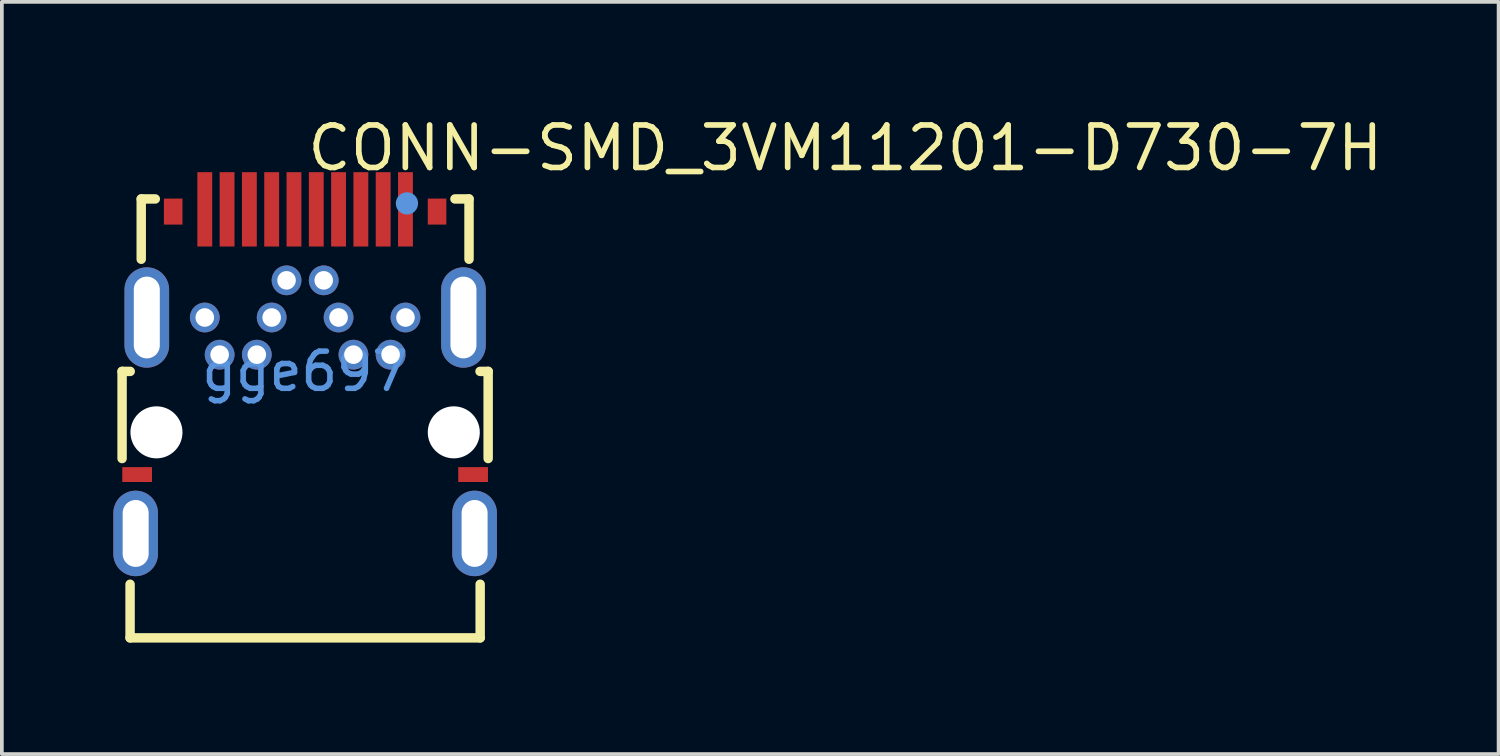
<source format=kicad_pcb>
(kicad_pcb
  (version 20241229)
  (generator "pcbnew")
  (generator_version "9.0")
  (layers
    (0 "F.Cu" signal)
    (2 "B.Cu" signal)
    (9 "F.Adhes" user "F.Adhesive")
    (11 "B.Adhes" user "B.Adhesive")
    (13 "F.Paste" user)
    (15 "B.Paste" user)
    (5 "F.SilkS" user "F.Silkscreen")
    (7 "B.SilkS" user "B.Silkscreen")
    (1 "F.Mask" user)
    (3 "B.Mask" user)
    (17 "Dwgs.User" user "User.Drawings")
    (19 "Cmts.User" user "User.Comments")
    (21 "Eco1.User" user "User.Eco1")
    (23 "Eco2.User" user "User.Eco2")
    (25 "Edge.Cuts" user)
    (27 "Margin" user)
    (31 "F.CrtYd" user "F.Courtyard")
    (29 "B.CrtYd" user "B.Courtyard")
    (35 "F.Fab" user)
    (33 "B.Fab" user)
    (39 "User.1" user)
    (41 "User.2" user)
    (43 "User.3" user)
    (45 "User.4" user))
  (footprint "CONN-SMD_3VM11201-D730-7H"
    (layer "F.Cu")
    (at 5.16 6.943)
    (property "Reference" "CONN-SMD_3VM11201-D730-7H" (at -0.016 -6.008 0) (layer "F.SilkS") (effects (font (size 1.143 1.143) (thickness 0.152)) (justify left)))
    (attr smd)
    (fp_line (start -4.925 0) (end -4.925 2.345) (stroke (width 0.254) (type solid)) (layer "F.SilkS"))
    (fp_line (start -4.925 0) (end -4.706 0) (stroke (width 0.254) (type solid)) (layer "F.SilkS"))
    (fp_line (start -4.71 7.17) (end -4.71 5.727) (stroke (width 0.254) (type solid)) (layer "F.SilkS"))
    (fp_line (start -4.41 -4.64) (end -4.41 -3.017) (stroke (width 0.254) (type solid)) (layer "F.SilkS"))
    (fp_line (start -4.41 -4.64) (end -4.031 -4.64) (stroke (width 0.254) (type solid)) (layer "F.SilkS"))
    (fp_line (start 4.031 -4.64) (end 4.41 -4.64) (stroke (width 0.254) (type solid)) (layer "F.SilkS"))
    (fp_line (start 4.41 -4.64) (end 4.41 -3.017) (stroke (width 0.254) (type solid)) (layer "F.SilkS"))
    (fp_line (start 4.71 7.17) (end -4.71 7.17) (stroke (width 0.254) (type solid)) (layer "F.SilkS"))
    (fp_line (start 4.71 7.17) (end 4.71 5.727) (stroke (width 0.254) (type solid)) (layer "F.SilkS"))
    (fp_line (start 4.925 0) (end 4.706 0) (stroke (width 0.254) (type solid)) (layer "F.SilkS"))
    (fp_line (start 4.925 0) (end 4.925 2.345) (stroke (width 0.254) (type solid)) (layer "F.SilkS"))
    (fp_circle (center -2.7 -1.45) (end -2.5 -1.45) (stroke (width 0.4) (type solid)) (fill no) (layer "F.Paste"))
    (fp_circle (center -2.3 -0.45) (end -2.1 -0.45) (stroke (width 0.4) (type solid)) (fill no) (layer "F.Paste"))
    (fp_circle (center -1.3 -0.45) (end -1.1 -0.45) (stroke (width 0.4) (type solid)) (fill no) (layer "F.Paste"))
    (fp_circle (center -0.9 -1.45) (end -0.7 -1.45) (stroke (width 0.4) (type solid)) (fill no) (layer "F.Paste"))
    (fp_circle (center -0.5 -2.45) (end -0.3 -2.45) (stroke (width 0.4) (type solid)) (fill no) (layer "F.Paste"))
    (fp_circle (center 0.5 -2.45) (end 0.7 -2.45) (stroke (width 0.4) (type solid)) (fill no) (layer "F.Paste"))
    (fp_circle (center 0.9 -1.45) (end 1.1 -1.45) (stroke (width 0.4) (type solid)) (fill no) (layer "F.Paste"))
    (fp_circle (center 1.3 -0.45) (end 1.5 -0.45) (stroke (width 0.4) (type solid)) (fill no) (layer "F.Paste"))
    (fp_circle (center 2.3 -0.45) (end 2.5 -0.45) (stroke (width 0.4) (type solid)) (fill no) (layer "F.Paste"))
    (fp_circle (center 2.7 -1.45) (end 2.9 -1.45) (stroke (width 0.4) (type solid)) (fill no) (layer "F.Paste"))
    (fp_poly (pts (xy -4.92 2.576) (xy -4.12 2.576) (xy -4.12 2.976) (xy -4.92 2.976)) (stroke (width 0) (type solid)) (fill yes) (layer "F.Paste"))
    (fp_poly (pts (xy -3.8 -4.65) (xy -3.3 -4.65) (xy -3.3 -3.95) (xy -3.8 -3.95)) (stroke (width 0) (type solid)) (fill yes) (layer "F.Paste"))
    (fp_poly (pts (xy -2.9 -5.36) (xy -2.5 -5.36) (xy -2.5 -3.36) (xy -2.9 -3.36)) (stroke (width 0) (type solid)) (fill yes) (layer "F.Paste"))
    (fp_poly (pts (xy -2.3 -5.36) (xy -1.9 -5.36) (xy -1.9 -3.36) (xy -2.3 -3.36)) (stroke (width 0) (type solid)) (fill yes) (layer "F.Paste"))
    (fp_poly (pts (xy -1.7 -5.36) (xy -1.3 -5.36) (xy -1.3 -3.36) (xy -1.7 -3.36)) (stroke (width 0) (type solid)) (fill yes) (layer "F.Paste"))
    (fp_poly (pts (xy -1.1 -5.36) (xy -0.7 -5.36) (xy -0.7 -3.36) (xy -1.1 -3.36)) (stroke (width 0) (type solid)) (fill yes) (layer "F.Paste"))
    (fp_poly (pts (xy -0.5 -5.36) (xy -0.1 -5.36) (xy -0.1 -3.36) (xy -0.5 -3.36)) (stroke (width 0) (type solid)) (fill yes) (layer "F.Paste"))
    (fp_poly (pts (xy 0.1 -5.36) (xy 0.5 -5.36) (xy 0.5 -3.36) (xy 0.1 -3.36)) (stroke (width 0) (type solid)) (fill yes) (layer "F.Paste"))
    (fp_poly (pts (xy 0.7 -5.36) (xy 1.1 -5.36) (xy 1.1 -3.36) (xy 0.7 -3.36)) (stroke (width 0) (type solid)) (fill yes) (layer "F.Paste"))
    (fp_poly (pts (xy 1.3 -5.36) (xy 1.7 -5.36) (xy 1.7 -3.36) (xy 1.3 -3.36)) (stroke (width 0) (type solid)) (fill yes) (layer "F.Paste"))
    (fp_poly (pts (xy 1.9 -5.36) (xy 2.3 -5.36) (xy 2.3 -3.36) (xy 1.9 -3.36)) (stroke (width 0) (type solid)) (fill yes) (layer "F.Paste"))
    (fp_poly (pts (xy 2.5 -5.36) (xy 2.9 -5.36) (xy 2.9 -3.36) (xy 2.5 -3.36)) (stroke (width 0) (type solid)) (fill yes) (layer "F.Paste"))
    (fp_poly (pts (xy 3.3 -4.65) (xy 3.8 -4.65) (xy 3.8 -3.95) (xy 3.3 -3.95)) (stroke (width 0) (type solid)) (fill yes) (layer "F.Paste"))
    (fp_poly (pts (xy 4.12 2.576) (xy 4.92 2.576) (xy 4.92 2.976) (xy 4.12 2.976)) (stroke (width 0) (type solid)) (fill yes) (layer "F.Paste"))
    (fp_circle (center 2.74 -4.52) (end 2.89 -4.52) (stroke (width 0.3) (type solid)) (fill no) (layer "Cmts.User"))
    (fp_text user "gge697" (at 0 0 0) (layer "Cmts.User") (effects (font (size 1 1) (thickness 0.15))))
    (pad "" np_thru_hole circle (at -4 1.64) (size 1.4 1.4) (drill 1.4) (layers "*.Cu" "*.Mask"))
    (pad "" np_thru_hole circle (at 4 1.64) (size 1.4 1.4) (drill 1.4) (layers "*.Cu" "*.Mask"))
    (pad "0" thru_hole oval (at -4.56 4.36) (size 1.2 2.3) (drill oval 0.7 1.8) (layers "*.Cu" "*.Paste" "*.Mask"))
    (pad "0" smd rect (at -4.52 2.776) (size 0.8 0.4) (layers "F.Cu" "F.Mask" "F.Paste"))
    (pad "0" thru_hole oval (at -4.26 -1.45) (size 1.2 2.7) (drill oval 0.7 2.2) (layers "*.Cu" "*.Paste" "*.Mask"))
    (pad "0" smd rect (at -3.55 -4.3) (size 0.5 0.7) (layers "F.Cu" "F.Mask" "F.Paste"))
    (pad "0" smd rect (at 3.55 -4.3) (size 0.5 0.7) (layers "F.Cu" "F.Mask" "F.Paste"))
    (pad "0" thru_hole oval (at 4.26 -1.45) (size 1.2 2.7) (drill oval 0.7 2.2) (layers "*.Cu" "*.Paste" "*.Mask"))
    (pad "0" smd rect (at 4.52 2.776) (size 0.8 0.4) (layers "F.Cu" "F.Mask" "F.Paste"))
    (pad "0" thru_hole oval (at 4.56 4.36) (size 1.2 2.3) (drill oval 0.7 1.8) (layers "*.Cu" "*.Paste" "*.Mask"))
    (pad "1" smd rect (at 2.7 -4.36) (size 0.4 2) (layers "F.Cu" "F.Mask" "F.Paste"))
    (pad "2" thru_hole circle (at 2.7 -1.45) (size 0.8 0.8) (drill 0.5) (layers "*.Cu" "*.Paste" "*.Mask"))
    (pad "3" smd rect (at 2.1 -4.36) (size 0.4 2) (layers "F.Cu" "F.Mask" "F.Paste"))
    (pad "4" thru_hole circle (at 2.3 -0.45) (size 0.8 0.8) (drill 0.5) (layers "*.Cu" "*.Paste" "*.Mask"))
    (pad "5" smd rect (at 1.5 -4.36) (size 0.4 2) (layers "F.Cu" "F.Mask" "F.Paste"))
    (pad "6" thru_hole circle (at 1.3 -0.45) (size 0.8 0.8) (drill 0.5) (layers "*.Cu" "*.Paste" "*.Mask"))
    (pad "7" smd rect (at 0.9 -4.36) (size 0.4 2) (layers "F.Cu" "F.Mask" "F.Paste"))
    (pad "8" thru_hole circle (at 0.9 -1.45) (size 0.8 0.8) (drill 0.5) (layers "*.Cu" "*.Paste" "*.Mask"))
    (pad "9" smd rect (at 0.3 -4.36) (size 0.4 2) (layers "F.Cu" "F.Mask" "F.Paste"))
    (pad "10" thru_hole circle (at 0.5 -2.45) (size 0.8 0.8) (drill 0.5) (layers "*.Cu" "*.Paste" "*.Mask"))
    (pad "11" smd rect (at -0.3 -4.36) (size 0.4 2) (layers "F.Cu" "F.Mask" "F.Paste"))
    (pad "12" thru_hole circle (at -0.5 -2.45) (size 0.8 0.8) (drill 0.5) (layers "*.Cu" "*.Paste" "*.Mask"))
    (pad "13" smd rect (at -0.9 -4.36) (size 0.4 2) (layers "F.Cu" "F.Mask" "F.Paste"))
    (pad "14" thru_hole circle (at -0.9 -1.45) (size 0.8 0.8) (drill 0.5) (layers "*.Cu" "*.Paste" "*.Mask"))
    (pad "15" smd rect (at -1.5 -4.36) (size 0.4 2) (layers "F.Cu" "F.Mask" "F.Paste"))
    (pad "16" thru_hole circle (at -1.3 -0.45) (size 0.8 0.8) (drill 0.5) (layers "*.Cu" "*.Paste" "*.Mask"))
    (pad "17" smd rect (at -2.1 -4.36) (size 0.4 2) (layers "F.Cu" "F.Mask" "F.Paste"))
    (pad "18" thru_hole circle (at -2.3 -0.45) (size 0.8 0.8) (drill 0.5) (layers "*.Cu" "*.Paste" "*.Mask"))
    (pad "19" smd rect (at -2.7 -4.36) (size 0.4 2) (layers "F.Cu" "F.Mask" "F.Paste"))
    (pad "20" thru_hole circle (at -2.7 -1.45) (size 0.8 0.8) (drill 0.5) (layers "*.Cu" "*.Paste" "*.Mask")))
  (gr_rect
    (start -3 -3)
    (end 37.273 17.24)
    (stroke (width 0.1) (type default))
    (fill no)
    (layer "Edge.Cuts")))
</source>
